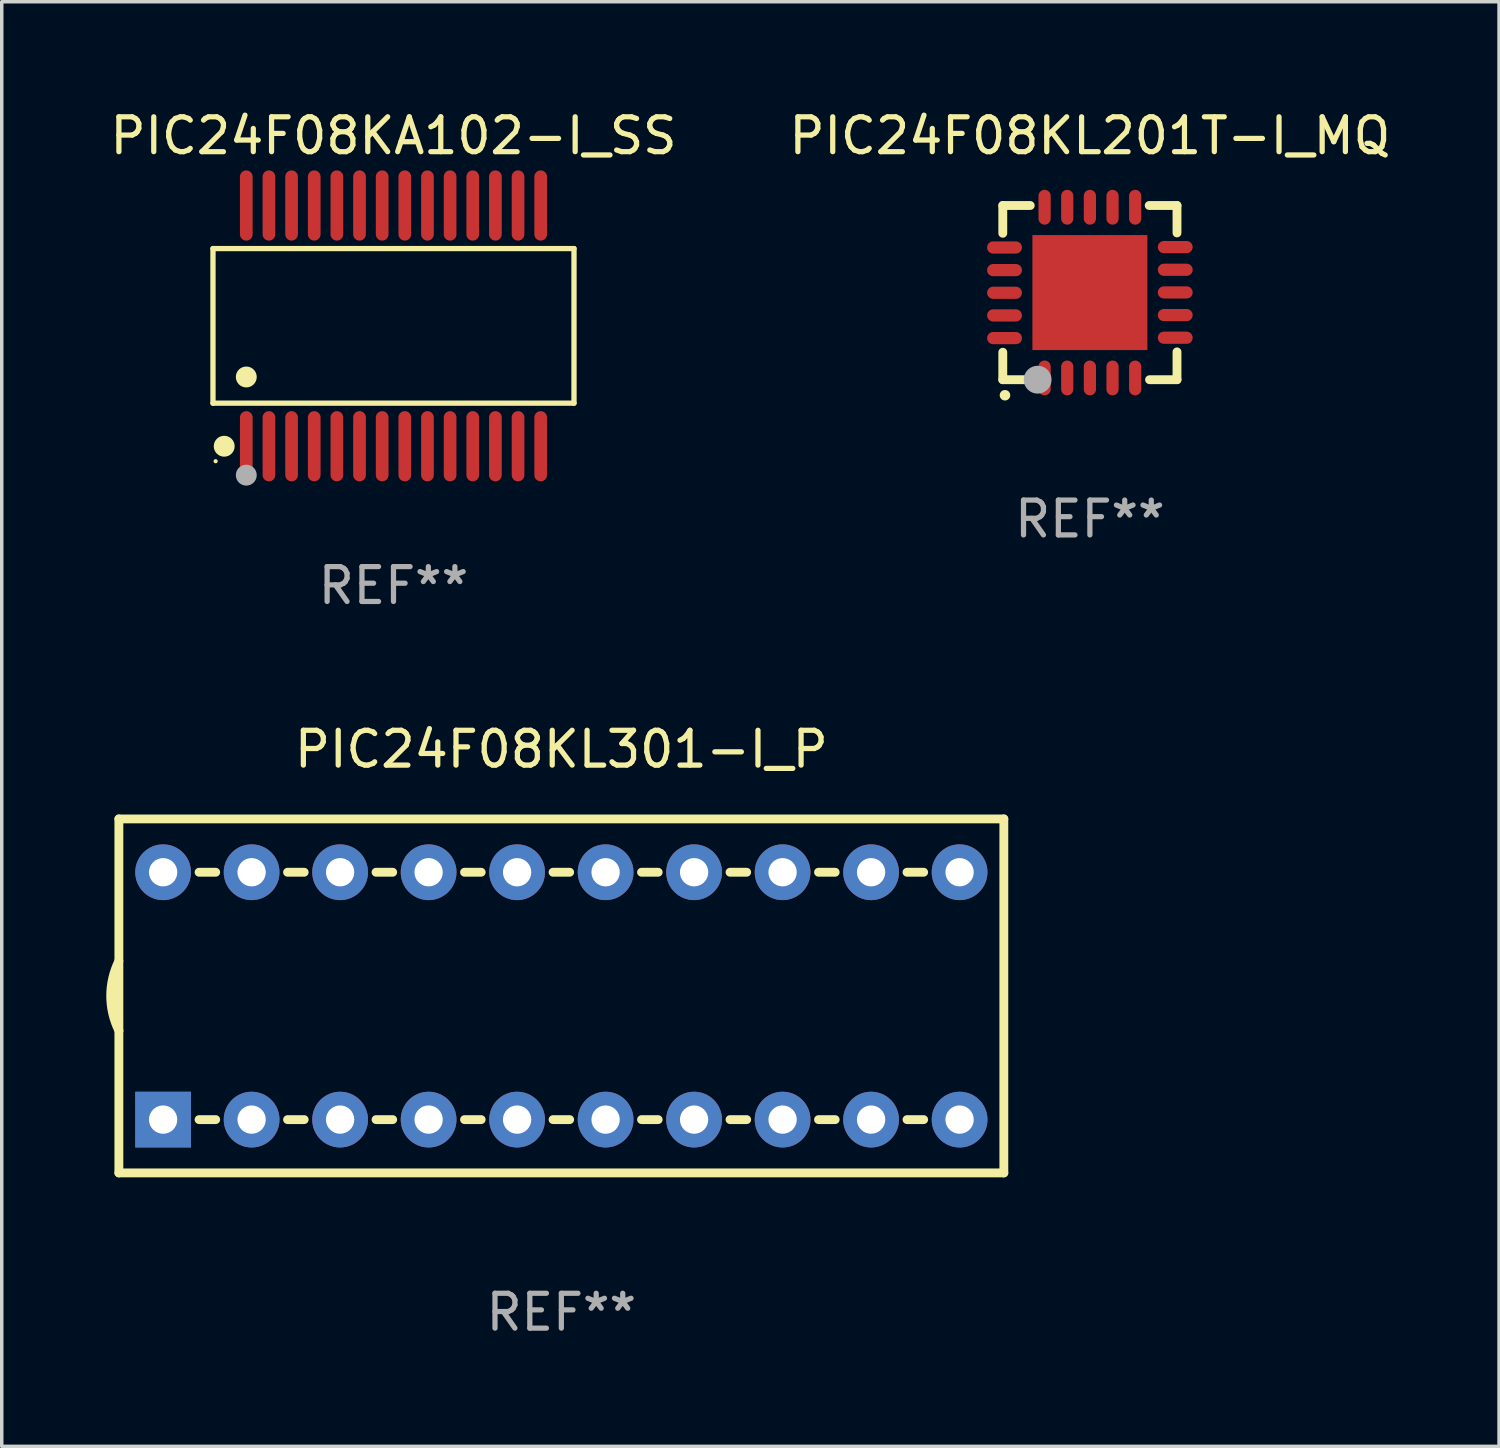
<source format=kicad_pcb>
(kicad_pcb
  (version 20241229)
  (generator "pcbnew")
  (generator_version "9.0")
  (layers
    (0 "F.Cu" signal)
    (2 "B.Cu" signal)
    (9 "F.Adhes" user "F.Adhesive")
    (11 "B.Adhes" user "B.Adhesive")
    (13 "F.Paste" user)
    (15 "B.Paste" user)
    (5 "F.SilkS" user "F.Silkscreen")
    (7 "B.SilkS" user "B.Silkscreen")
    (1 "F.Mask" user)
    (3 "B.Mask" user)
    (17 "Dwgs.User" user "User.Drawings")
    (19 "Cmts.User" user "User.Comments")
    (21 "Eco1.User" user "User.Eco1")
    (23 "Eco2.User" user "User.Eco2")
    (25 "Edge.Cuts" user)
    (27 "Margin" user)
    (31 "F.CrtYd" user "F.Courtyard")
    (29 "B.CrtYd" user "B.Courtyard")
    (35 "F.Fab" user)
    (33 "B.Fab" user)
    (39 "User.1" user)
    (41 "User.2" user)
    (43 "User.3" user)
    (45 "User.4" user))
  (footprint "PIC24F08KL201T-I_MQ"
    (layer "F.Cu")
    (at 28.232 5.348)
    (property "Reference" "PIC24F08KL201T-I_MQ" (at 0 -4.5 0) (layer "F.SilkS") (effects (font (size 1 1) (thickness 0.15))))
    (attr through_hole)
    (fp_line (start -2.5 -2.5) (end -1.712 -2.5) (stroke (width 0.254) (type solid)) (layer "F.SilkS"))
    (fp_line (start -2.5 -1.702) (end -2.5 -2.5) (stroke (width 0.254) (type solid)) (layer "F.SilkS"))
    (fp_line (start -2.5 2.5) (end -2.5 1.712) (stroke (width 0.254) (type solid)) (layer "F.SilkS"))
    (fp_line (start -1.702 2.5) (end -2.5 2.5) (stroke (width 0.254) (type solid)) (layer "F.SilkS"))
    (fp_line (start 1.702 -2.5) (end 2.5 -2.5) (stroke (width 0.254) (type solid)) (layer "F.SilkS"))
    (fp_line (start 2.5 -2.5) (end 2.5 -1.712) (stroke (width 0.254) (type solid)) (layer "F.SilkS"))
    (fp_line (start 2.5 1.702) (end 2.5 2.5) (stroke (width 0.254) (type solid)) (layer "F.SilkS"))
    (fp_line (start 2.5 2.5) (end 1.712 2.5) (stroke (width 0.254) (type solid)) (layer "F.SilkS"))
    (fp_arc (start -2.438405 2.946406) (mid -2.437135 2.946401) (end -2.435865 2.946406) (stroke (width 0.3) (type solid)) (layer "F.SilkS"))
    (fp_circle (center -2.5 2.5) (end -2.45 2.5) (stroke (width 0.1) (type solid)) (fill no) (layer "F.SilkS"))
    (fp_circle (center -1.5 2.5) (end -1.3 2.5) (stroke (width 0.4) (type solid)) (fill no) (layer "F.Fab"))
    (fp_text user "REF**" (at 0 6.5 0) (layer "F.Fab") (effects (font (size 1 1) (thickness 0.15))))
    (pad "1" smd oval (at -1.3 2.45) (size 0.35 1) (layers "F.Cu" "F.Mask" "F.Paste"))
    (pad "2" smd oval (at -0.65 2.45) (size 0.35 1) (layers "F.Cu" "F.Mask" "F.Paste"))
    (pad "3" smd oval (at 0 2.45) (size 0.35 1) (layers "F.Cu" "F.Mask" "F.Paste"))
    (pad "4" smd oval (at 0.65 2.45) (size 0.35 1) (layers "F.Cu" "F.Mask" "F.Paste"))
    (pad "5" smd oval (at 1.3 2.45) (size 0.35 1) (layers "F.Cu" "F.Mask" "F.Paste"))
    (pad "6" smd oval (at 2.45 1.295) (size 1 0.35) (layers "F.Cu" "F.Mask" "F.Paste"))
    (pad "7" smd oval (at 2.45 0.645) (size 1 0.35) (layers "F.Cu" "F.Mask" "F.Paste"))
    (pad "8" smd oval (at 2.45 -0.005) (size 1 0.35) (layers "F.Cu" "F.Mask" "F.Paste"))
    (pad "9" smd oval (at 2.45 -0.655) (size 1 0.35) (layers "F.Cu" "F.Mask" "F.Paste"))
    (pad "10" smd oval (at 2.45 -1.306) (size 1 0.35) (layers "F.Cu" "F.Mask" "F.Paste"))
    (pad "11" smd oval (at 1.3 -2.45) (size 0.35 1) (layers "F.Cu" "F.Mask" "F.Paste"))
    (pad "12" smd oval (at 0.65 -2.45) (size 0.35 1) (layers "F.Cu" "F.Mask" "F.Paste"))
    (pad "13" smd oval (at 0 -2.45) (size 0.35 1) (layers "F.Cu" "F.Mask" "F.Paste"))
    (pad "14" smd oval (at -0.65 -2.45) (size 0.35 1) (layers "F.Cu" "F.Mask" "F.Paste"))
    (pad "15" smd oval (at -1.3 -2.45) (size 0.35 1) (layers "F.Cu" "F.Mask" "F.Paste"))
    (pad "16" smd oval (at -2.45 -1.295) (size 1 0.35) (layers "F.Cu" "F.Mask" "F.Paste"))
    (pad "17" smd oval (at -2.45 -0.645) (size 1 0.35) (layers "F.Cu" "F.Mask" "F.Paste"))
    (pad "18" smd oval (at -2.45 0.005) (size 1 0.35) (layers "F.Cu" "F.Mask" "F.Paste"))
    (pad "19" smd oval (at -2.45 0.655) (size 1 0.35) (layers "F.Cu" "F.Mask" "F.Paste"))
    (pad "20" smd oval (at -2.45 1.306) (size 1 0.35) (layers "F.Cu" "F.Mask" "F.Paste"))
    (pad "21" smd rect (at 0 0) (size 3.3 3.3) (layers "F.Cu" "F.Mask" "F.Paste")))
  (footprint "PIC24F08KL301-I_P"
    (layer "F.Cu")
    (at 13.062 25.535)
    (property "Reference" "PIC24F08KL301-I_P" (at 0 -7.08 0) (layer "F.SilkS") (effects (font (size 1 1) (thickness 0.15))))
    (attr through_hole)
    (fp_line (start -12.7 -5.08) (end -12.7 5.08) (stroke (width 0.254) (type solid)) (layer "F.SilkS"))
    (fp_line (start -12.7 5.08) (end 12.7 5.08) (stroke (width 0.254) (type solid)) (layer "F.SilkS"))
    (fp_line (start -10.399 -3.55) (end -9.921 -3.55) (stroke (width 0.254) (type solid)) (layer "F.SilkS"))
    (fp_line (start -10.399 3.55) (end -9.921 3.55) (stroke (width 0.254) (type solid)) (layer "F.SilkS"))
    (fp_line (start -7.859 -3.55) (end -7.381 -3.55) (stroke (width 0.254) (type solid)) (layer "F.SilkS"))
    (fp_line (start -7.859 3.55) (end -7.381 3.55) (stroke (width 0.254) (type solid)) (layer "F.SilkS"))
    (fp_line (start -5.319 -3.55) (end -4.841 -3.55) (stroke (width 0.254) (type solid)) (layer "F.SilkS"))
    (fp_line (start -5.319 3.55) (end -4.841 3.55) (stroke (width 0.254) (type solid)) (layer "F.SilkS"))
    (fp_line (start -2.779 -3.55) (end -2.301 -3.55) (stroke (width 0.254) (type solid)) (layer "F.SilkS"))
    (fp_line (start -2.779 3.55) (end -2.301 3.55) (stroke (width 0.254) (type solid)) (layer "F.SilkS"))
    (fp_line (start -0.239 -3.55) (end 0.239 -3.55) (stroke (width 0.254) (type solid)) (layer "F.SilkS"))
    (fp_line (start -0.239 3.55) (end 0.239 3.55) (stroke (width 0.254) (type solid)) (layer "F.SilkS"))
    (fp_line (start 2.301 -3.55) (end 2.779 -3.55) (stroke (width 0.254) (type solid)) (layer "F.SilkS"))
    (fp_line (start 2.301 3.55) (end 2.779 3.55) (stroke (width 0.254) (type solid)) (layer "F.SilkS"))
    (fp_line (start 4.841 -3.55) (end 5.319 -3.55) (stroke (width 0.254) (type solid)) (layer "F.SilkS"))
    (fp_line (start 4.841 3.55) (end 5.319 3.55) (stroke (width 0.254) (type solid)) (layer "F.SilkS"))
    (fp_line (start 7.381 -3.55) (end 7.859 -3.55) (stroke (width 0.254) (type solid)) (layer "F.SilkS"))
    (fp_line (start 7.381 3.55) (end 7.859 3.55) (stroke (width 0.254) (type solid)) (layer "F.SilkS"))
    (fp_line (start 9.921 -3.55) (end 10.399 -3.55) (stroke (width 0.254) (type solid)) (layer "F.SilkS"))
    (fp_line (start 9.921 3.55) (end 10.399 3.55) (stroke (width 0.254) (type solid)) (layer "F.SilkS"))
    (fp_line (start 12.7 -5.08) (end -12.7 -5.08) (stroke (width 0.254) (type solid)) (layer "F.SilkS"))
    (fp_line (start 12.7 5.08) (end 12.7 -5.08) (stroke (width 0.254) (type solid)) (layer "F.SilkS"))
    (fp_arc (start -12.697638 0.999974) (mid -12.934513 0.000281) (end -12.700025 -0.999975) (stroke (width 0.254001) (type solid)) (layer "F.SilkS"))
    (fp_circle (center -12.7 5.08) (end -12.67 5.08) (stroke (width 0.06) (type solid)) (fill no) (layer "F.SilkS"))
    (fp_text user "REF**" (at 0 9.08 0) (layer "F.Fab") (effects (font (size 1 1) (thickness 0.15))))
    (pad "1" thru_hole rect (at -11.43 3.55) (size 1.6 1.6) (drill 0.813) (layers "*.Cu" "*.Mask"))
    (pad "2" thru_hole circle (at -8.89 3.55) (size 1.6 1.6) (drill 0.813) (layers "*.Cu" "*.Mask"))
    (pad "3" thru_hole circle (at -6.35 3.55) (size 1.6 1.6) (drill 0.813) (layers "*.Cu" "*.Mask"))
    (pad "4" thru_hole circle (at -3.81 3.55) (size 1.6 1.6) (drill 0.813) (layers "*.Cu" "*.Mask"))
    (pad "5" thru_hole circle (at -1.27 3.55) (size 1.6 1.6) (drill 0.813) (layers "*.Cu" "*.Mask"))
    (pad "6" thru_hole circle (at 1.27 3.55) (size 1.6 1.6) (drill 0.813) (layers "*.Cu" "*.Mask"))
    (pad "7" thru_hole circle (at 3.81 3.55) (size 1.6 1.6) (drill 0.813) (layers "*.Cu" "*.Mask"))
    (pad "8" thru_hole circle (at 6.35 3.55) (size 1.6 1.6) (drill 0.813) (layers "*.Cu" "*.Mask"))
    (pad "9" thru_hole circle (at 8.89 3.55) (size 1.6 1.6) (drill 0.813) (layers "*.Cu" "*.Mask"))
    (pad "10" thru_hole circle (at 11.43 3.55) (size 1.6 1.6) (drill 0.813) (layers "*.Cu" "*.Mask"))
    (pad "11" thru_hole circle (at 11.43 -3.55) (size 1.6 1.6) (drill 0.813) (layers "*.Cu" "*.Mask"))
    (pad "12" thru_hole circle (at 8.89 -3.55) (size 1.6 1.6) (drill 0.813) (layers "*.Cu" "*.Mask"))
    (pad "13" thru_hole circle (at 6.35 -3.55) (size 1.6 1.6) (drill 0.813) (layers "*.Cu" "*.Mask"))
    (pad "14" thru_hole circle (at 3.81 -3.55) (size 1.6 1.6) (drill 0.813) (layers "*.Cu" "*.Mask"))
    (pad "15" thru_hole circle (at 1.27 -3.55) (size 1.6 1.6) (drill 0.813) (layers "*.Cu" "*.Mask"))
    (pad "16" thru_hole circle (at -1.27 -3.55) (size 1.6 1.6) (drill 0.813) (layers "*.Cu" "*.Mask"))
    (pad "17" thru_hole circle (at -3.81 -3.55) (size 1.6 1.6) (drill 0.813) (layers "*.Cu" "*.Mask"))
    (pad "18" thru_hole circle (at -6.35 -3.55) (size 1.6 1.6) (drill 0.813) (layers "*.Cu" "*.Mask"))
    (pad "19" thru_hole circle (at -8.89 -3.55) (size 1.6 1.6) (drill 0.813) (layers "*.Cu" "*.Mask"))
    (pad "20" thru_hole circle (at -11.43 -3.55) (size 1.6 1.6) (drill 0.813) (layers "*.Cu" "*.Mask")))
  (footprint "PIC24F08KA102-I_SS"
    (layer "F.Cu")
    (at 8.244 6.303)
    (property "Reference" "PIC24F08KA102-I_SS" (at 0 -5.455 0) (layer "F.SilkS") (effects (font (size 1 1) (thickness 0.15))))
    (attr through_hole)
    (fp_line (start -5.181 -2.219) (end 5.181 -2.219) (stroke (width 0.152) (type solid)) (layer "F.SilkS"))
    (fp_line (start -5.181 2.219) (end -5.181 -2.219) (stroke (width 0.152) (type solid)) (layer "F.SilkS"))
    (fp_line (start 5.181 -2.219) (end 5.181 2.219) (stroke (width 0.152) (type solid)) (layer "F.SilkS"))
    (fp_line (start 5.181 2.219) (end -5.181 2.219) (stroke (width 0.152) (type solid)) (layer "F.SilkS"))
    (fp_circle (center -5.105 3.885) (end -5.075 3.885) (stroke (width 0.06) (type solid)) (fill no) (layer "F.SilkS"))
    (fp_circle (center -4.859 3.455) (end -4.709 3.455) (stroke (width 0.3) (type solid)) (fill no) (layer "F.SilkS"))
    (fp_circle (center -4.225 1.467) (end -4.075 1.467) (stroke (width 0.3) (type solid)) (fill no) (layer "F.SilkS"))
    (fp_circle (center -4.225 4.285) (end -4.075 4.285) (stroke (width 0.3) (type solid)) (fill no) (layer "F.Fab"))
    (fp_text user "REF**" (at 0 7.455 0) (layer "F.Fab") (effects (font (size 1 1) (thickness 0.15))))
    (pad "1" smd oval (at -4.225 3.455) (size 0.364 2.015) (layers "F.Cu" "F.Mask" "F.Paste"))
    (pad "2" smd oval (at -3.575 3.455) (size 0.364 2.015) (layers "F.Cu" "F.Mask" "F.Paste"))
    (pad "3" smd oval (at -2.925 3.455) (size 0.364 2.015) (layers "F.Cu" "F.Mask" "F.Paste"))
    (pad "4" smd oval (at -2.275 3.455) (size 0.364 2.015) (layers "F.Cu" "F.Mask" "F.Paste"))
    (pad "5" smd oval (at -1.625 3.455) (size 0.364 2.015) (layers "F.Cu" "F.Mask" "F.Paste"))
    (pad "6" smd oval (at -0.975 3.455) (size 0.364 2.015) (layers "F.Cu" "F.Mask" "F.Paste"))
    (pad "7" smd oval (at -0.325 3.455) (size 0.364 2.015) (layers "F.Cu" "F.Mask" "F.Paste"))
    (pad "8" smd oval (at 0.325 3.455) (size 0.364 2.015) (layers "F.Cu" "F.Mask" "F.Paste"))
    (pad "9" smd oval (at 0.975 3.455) (size 0.364 2.015) (layers "F.Cu" "F.Mask" "F.Paste"))
    (pad "10" smd oval (at 1.625 3.455) (size 0.364 2.015) (layers "F.Cu" "F.Mask" "F.Paste"))
    (pad "11" smd oval (at 2.275 3.455) (size 0.364 2.015) (layers "F.Cu" "F.Mask" "F.Paste"))
    (pad "12" smd oval (at 2.925 3.455) (size 0.364 2.015) (layers "F.Cu" "F.Mask" "F.Paste"))
    (pad "13" smd oval (at 3.575 3.455) (size 0.364 2.015) (layers "F.Cu" "F.Mask" "F.Paste"))
    (pad "14" smd oval (at 4.225 3.455) (size 0.364 2.015) (layers "F.Cu" "F.Mask" "F.Paste"))
    (pad "15" smd oval (at 4.225 -3.455) (size 0.364 2.015) (layers "F.Cu" "F.Mask" "F.Paste"))
    (pad "16" smd oval (at 3.575 -3.455) (size 0.364 2.015) (layers "F.Cu" "F.Mask" "F.Paste"))
    (pad "17" smd oval (at 2.925 -3.455) (size 0.364 2.015) (layers "F.Cu" "F.Mask" "F.Paste"))
    (pad "18" smd oval (at 2.275 -3.455) (size 0.364 2.015) (layers "F.Cu" "F.Mask" "F.Paste"))
    (pad "19" smd oval (at 1.625 -3.455) (size 0.364 2.015) (layers "F.Cu" "F.Mask" "F.Paste"))
    (pad "20" smd oval (at 0.975 -3.455) (size 0.364 2.015) (layers "F.Cu" "F.Mask" "F.Paste"))
    (pad "21" smd oval (at 0.325 -3.455) (size 0.364 2.015) (layers "F.Cu" "F.Mask" "F.Paste"))
    (pad "22" smd oval (at -0.325 -3.455) (size 0.364 2.015) (layers "F.Cu" "F.Mask" "F.Paste"))
    (pad "23" smd oval (at -0.975 -3.455) (size 0.364 2.015) (layers "F.Cu" "F.Mask" "F.Paste"))
    (pad "24" smd oval (at -1.625 -3.455) (size 0.364 2.015) (layers "F.Cu" "F.Mask" "F.Paste"))
    (pad "25" smd oval (at -2.275 -3.455) (size 0.364 2.015) (layers "F.Cu" "F.Mask" "F.Paste"))
    (pad "26" smd oval (at -2.925 -3.455) (size 0.364 2.015) (layers "F.Cu" "F.Mask" "F.Paste"))
    (pad "27" smd oval (at -3.575 -3.455) (size 0.364 2.015) (layers "F.Cu" "F.Mask" "F.Paste"))
    (pad "28" smd oval (at -4.225 -3.455) (size 0.364 2.015) (layers "F.Cu" "F.Mask" "F.Paste")))
  (gr_rect
    (start -3 -3)
    (end 39.976 38.463)
    (stroke (width 0.1) (type default))
    (fill no)
    (layer "Edge.Cuts")))
</source>
